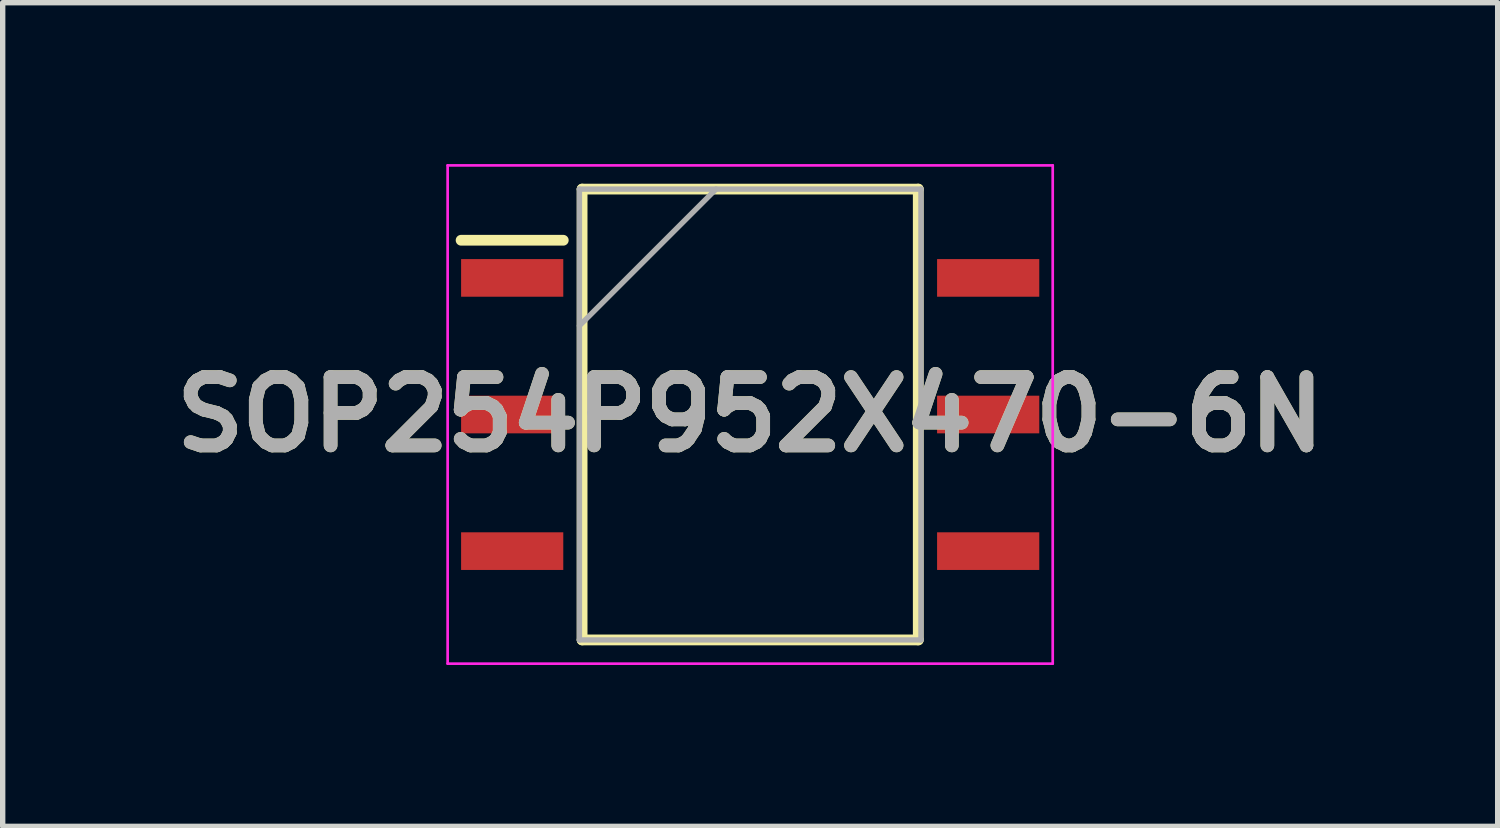
<source format=kicad_pcb>
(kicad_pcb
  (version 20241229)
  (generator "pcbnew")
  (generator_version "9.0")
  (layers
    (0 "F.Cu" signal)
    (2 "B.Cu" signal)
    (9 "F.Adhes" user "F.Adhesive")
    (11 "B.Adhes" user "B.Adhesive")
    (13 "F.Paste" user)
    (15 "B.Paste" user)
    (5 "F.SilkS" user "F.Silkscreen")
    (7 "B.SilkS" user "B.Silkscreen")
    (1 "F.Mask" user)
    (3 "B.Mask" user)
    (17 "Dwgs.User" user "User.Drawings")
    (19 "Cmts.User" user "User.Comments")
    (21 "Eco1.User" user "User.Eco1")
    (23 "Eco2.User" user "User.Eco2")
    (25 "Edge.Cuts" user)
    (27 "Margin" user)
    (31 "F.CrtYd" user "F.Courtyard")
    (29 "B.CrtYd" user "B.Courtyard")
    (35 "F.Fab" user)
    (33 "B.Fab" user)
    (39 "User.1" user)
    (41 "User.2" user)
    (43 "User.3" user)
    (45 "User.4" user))
  (footprint "SOP254P952X470-6N"
    (layer "F.Cu")
    (at 10.898 4.657)
    (property "Reference" "SOP254P952X470-6N" (at 0 0 0) (layer "F.SilkS") (effects (font (size 1.27 1.27) (thickness 0.254))))
    (attr smd)
    (fp_line (start -5.375 -3.24) (end -3.475 -3.24) (stroke (width 0.2) (type solid)) (layer "F.SilkS"))
    (fp_line (start -3.125 -4.191) (end 3.125 -4.191) (stroke (width 0.2) (type solid)) (layer "F.SilkS"))
    (fp_line (start -3.125 4.191) (end -3.125 -4.191) (stroke (width 0.2) (type solid)) (layer "F.SilkS"))
    (fp_line (start 3.125 -4.191) (end 3.125 4.191) (stroke (width 0.2) (type solid)) (layer "F.SilkS"))
    (fp_line (start 3.125 4.191) (end -3.125 4.191) (stroke (width 0.2) (type solid)) (layer "F.SilkS"))
    (fp_line (start -5.625 -4.632) (end 5.625 -4.632) (stroke (width 0.05) (type solid)) (layer "F.CrtYd"))
    (fp_line (start -5.625 4.632) (end -5.625 -4.632) (stroke (width 0.05) (type solid)) (layer "F.CrtYd"))
    (fp_line (start 5.625 -4.632) (end 5.625 4.632) (stroke (width 0.05) (type solid)) (layer "F.CrtYd"))
    (fp_line (start 5.625 4.632) (end -5.625 4.632) (stroke (width 0.05) (type solid)) (layer "F.CrtYd"))
    (fp_line (start -3.175 -4.191) (end 3.175 -4.191) (stroke (width 0.1) (type solid)) (layer "F.Fab"))
    (fp_line (start -3.175 -1.651) (end -0.635 -4.191) (stroke (width 0.1) (type solid)) (layer "F.Fab"))
    (fp_line (start -3.175 4.191) (end -3.175 -4.191) (stroke (width 0.1) (type solid)) (layer "F.Fab"))
    (fp_line (start 3.175 -4.191) (end 3.175 4.191) (stroke (width 0.1) (type solid)) (layer "F.Fab"))
    (fp_line (start 3.175 4.191) (end -3.175 4.191) (stroke (width 0.1) (type solid)) (layer "F.Fab"))
    (fp_text user "${REFERENCE}" (at 0 0 0) (layer "F.Fab") (effects (font (size 1.27 1.27) (thickness 0.254))))
    (pad "1" smd rect (at -4.425 -2.54 90) (size 0.7 1.9) (layers "F.Cu" "F.Mask" "F.Paste"))
    (pad "2" smd rect (at -4.425 0 90) (size 0.7 1.9) (layers "F.Cu" "F.Mask" "F.Paste"))
    (pad "3" smd rect (at -4.425 2.54 90) (size 0.7 1.9) (layers "F.Cu" "F.Mask" "F.Paste"))
    (pad "4" smd rect (at 4.425 2.54 90) (size 0.7 1.9) (layers "F.Cu" "F.Mask" "F.Paste"))
    (pad "5" smd rect (at 4.425 0 90) (size 0.7 1.9) (layers "F.Cu" "F.Mask" "F.Paste"))
    (pad "6" smd rect (at 4.425 -2.54 90) (size 0.7 1.9) (layers "F.Cu" "F.Mask" "F.Paste")))
  (gr_rect
    (start -3 -3)
    (end 24.796 12.314)
    (stroke (width 0.1) (type default))
    (fill no)
    (layer "Edge.Cuts")))
</source>
